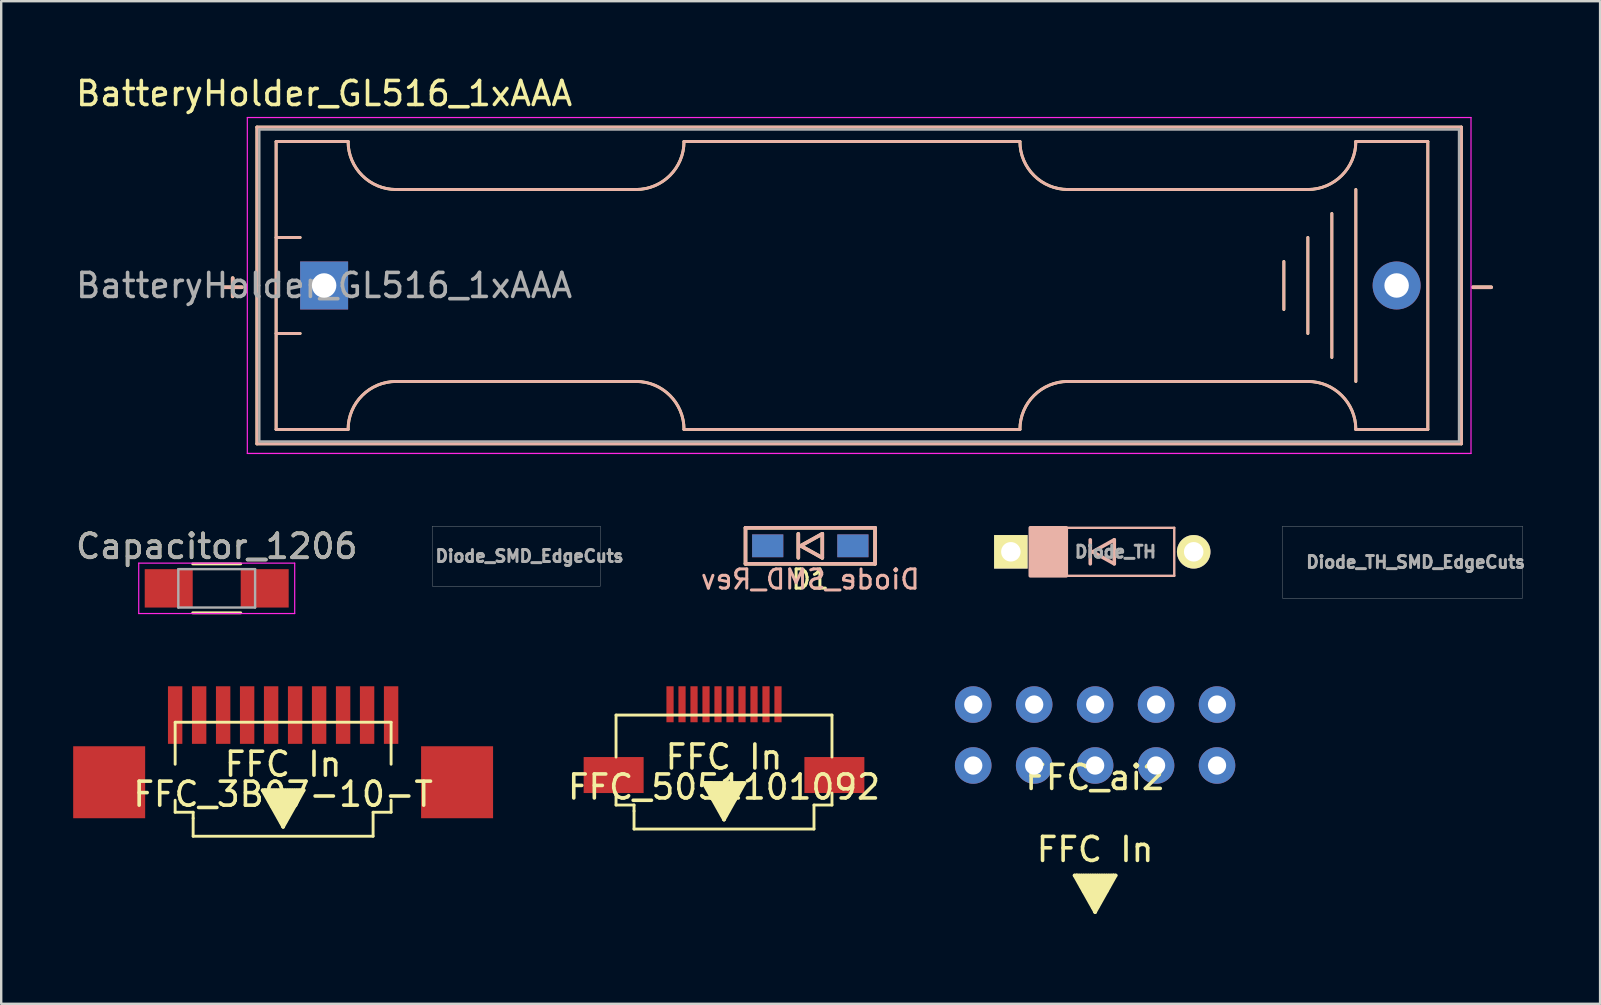
<source format=kicad_pcb>
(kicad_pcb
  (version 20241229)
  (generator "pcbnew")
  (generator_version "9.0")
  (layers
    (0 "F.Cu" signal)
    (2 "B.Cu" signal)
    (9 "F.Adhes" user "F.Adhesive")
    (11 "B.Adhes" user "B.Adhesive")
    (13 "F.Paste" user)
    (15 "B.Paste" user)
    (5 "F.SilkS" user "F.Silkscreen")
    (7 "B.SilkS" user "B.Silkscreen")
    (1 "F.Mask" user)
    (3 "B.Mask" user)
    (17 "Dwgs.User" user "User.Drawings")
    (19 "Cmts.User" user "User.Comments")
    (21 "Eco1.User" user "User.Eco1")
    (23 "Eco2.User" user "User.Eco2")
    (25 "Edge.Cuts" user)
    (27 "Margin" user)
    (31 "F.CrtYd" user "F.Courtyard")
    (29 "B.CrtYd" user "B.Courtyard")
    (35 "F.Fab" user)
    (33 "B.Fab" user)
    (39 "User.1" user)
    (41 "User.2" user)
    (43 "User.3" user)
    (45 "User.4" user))
  (footprint "FFC_5051101092"
    (layer "F.Cu")
    (at 27.125 29.252)
    (property "Reference" "FFC_5051101092" (at 0 0.5 0) (layer "F.SilkS") (effects (font (size 1 1) (thickness 0.15))))
    (attr through_hole)
    (fp_line (start -4.5 -2.5) (end 4.5 -2.5) (stroke (width 0.12) (type solid)) (layer "F.SilkS"))
    (fp_line (start -4.5 -0.75) (end -4.5 -2.5) (stroke (width 0.12) (type solid)) (layer "F.SilkS"))
    (fp_line (start -4.5 1.25) (end -4.5 0.75) (stroke (width 0.12) (type solid)) (layer "F.SilkS"))
    (fp_line (start -3.75 1.25) (end -4.5 1.25) (stroke (width 0.12) (type solid)) (layer "F.SilkS"))
    (fp_line (start -3.75 1.5) (end -3.75 1.25) (stroke (width 0.12) (type solid)) (layer "F.SilkS"))
    (fp_line (start -3.75 2.25) (end -3.75 1.5) (stroke (width 0.12) (type solid)) (layer "F.SilkS"))
    (fp_line (start 3.75 1.25) (end 3.75 2.25) (stroke (width 0.12) (type solid)) (layer "F.SilkS"))
    (fp_line (start 3.75 2.25) (end -3.75 2.25) (stroke (width 0.12) (type solid)) (layer "F.SilkS"))
    (fp_line (start 4.5 -2.5) (end 4.5 -0.75) (stroke (width 0.12) (type solid)) (layer "F.SilkS"))
    (fp_line (start 4.5 0.75) (end 4.5 1.25) (stroke (width 0.12) (type solid)) (layer "F.SilkS"))
    (fp_line (start 4.5 1.25) (end 3.75 1.25) (stroke (width 0.12) (type solid)) (layer "F.SilkS"))
    (fp_text user "▲" (at 0 1.25 180) (unlocked yes) (layer "F.SilkS") (effects (font (size 2 2) (thickness 0.15))))
    (fp_text user "FFC In" (at 0 -0.75 0) (layer "F.SilkS") (effects (font (size 1 1) (thickness 0.15))))
    (pad "" smd rect (at -4.6 0) (size 2.5 1.5) (layers "F.Cu" "F.Mask" "F.Paste"))
    (pad "" smd rect (at 4.6 0) (size 2.5 1.5) (layers "F.Cu" "F.Mask" "F.Paste"))
    (pad "1" smd rect (at -2.25 -2.95) (size 0.3 1.5) (layers "F.Cu" "F.Mask" "F.Paste"))
    (pad "2" smd rect (at -1.75 -2.95) (size 0.3 1.5) (layers "F.Cu" "F.Mask" "F.Paste"))
    (pad "3" smd rect (at -1.25 -2.95) (size 0.3 1.5) (layers "F.Cu" "F.Mask" "F.Paste"))
    (pad "4" smd rect (at -0.75 -2.95) (size 0.3 1.5) (layers "F.Cu" "F.Mask" "F.Paste"))
    (pad "5" smd rect (at -0.25 -2.95) (size 0.3 1.5) (layers "F.Cu" "F.Mask" "F.Paste"))
    (pad "6" smd rect (at 0.25 -2.95) (size 0.3 1.5) (layers "F.Cu" "F.Mask" "F.Paste"))
    (pad "7" smd rect (at 0.75 -2.95) (size 0.3 1.5) (layers "F.Cu" "F.Mask" "F.Paste"))
    (pad "8" smd rect (at 1.25 -2.95) (size 0.3 1.5) (layers "F.Cu" "F.Mask" "F.Paste"))
    (pad "9" smd rect (at 1.75 -2.95) (size 0.3 1.5) (layers "F.Cu" "F.Mask" "F.Paste"))
    (pad "10" smd rect (at 2.25 -2.95) (size 0.3 1.5) (layers "F.Cu" "F.Mask" "F.Paste")))
  (footprint "Diode_TH"
    (layer "F.Cu")
    (at 42.89 19.948)
    (property "Reference" "Diode_TH" (at 0.55 0 0) (layer "F.Fab") (effects (font (size 0.5 0.5) (thickness 0.125))))
    (attr through_hole)
    (fp_line (start -3 -1) (end -3 1) (stroke (width 0.1) (type solid)) (layer "B.SilkS"))
    (fp_line (start -3 -1) (end -3 1) (stroke (width 0.1) (type solid)) (layer "B.SilkS"))
    (fp_line (start -3 1) (end 3 1) (stroke (width 0.1) (type solid)) (layer "B.SilkS"))
    (fp_line (start -0.5 -0.5) (end -0.5 0.5) (stroke (width 0.15) (type solid)) (layer "B.SilkS"))
    (fp_line (start -0.4 0) (end 0.5 -0.5) (stroke (width 0.15) (type solid)) (layer "B.SilkS"))
    (fp_line (start 0.5 -0.5) (end 0.5 0.5) (stroke (width 0.15) (type solid)) (layer "B.SilkS"))
    (fp_line (start 0.5 0.5) (end -0.4 0) (stroke (width 0.15) (type solid)) (layer "B.SilkS"))
    (fp_line (start 3 -1) (end -3 -1) (stroke (width 0.1) (type solid)) (layer "B.SilkS"))
    (fp_line (start 3 1) (end 3 -1) (stroke (width 0.1) (type solid)) (layer "B.SilkS"))
    (fp_poly (pts (xy -3 -1) (xy -3 1) (xy -1.5 1) (xy -1.5 -1)) (stroke (width 0.15) (type solid)) (fill yes) (layer "B.SilkS"))
    (pad "1" thru_hole rect (at -3.81 0) (size 1.397 1.397) (drill 0.813) (layers "*.Cu" "*.Mask" "F.SilkS"))
    (pad "2" thru_hole circle (at 3.81 0) (size 1.397 1.397) (drill 0.813) (layers "*.Cu" "*.Mask" "F.SilkS")))
  (footprint "FFC_ai2"
    (layer "F.Cu")
    (at 42.592 28.854)
    (property "Reference" "FFC_ai2" (at 0 0.5 0) (layer "F.SilkS") (effects (font (size 1 1) (thickness 0.15))))
    (attr through_hole)
    (fp_text user "▲" (at 0 5.5 180) (unlocked yes) (layer "F.SilkS") (effects (font (size 2 2) (thickness 0.15))))
    (fp_text user "FFC In" (at 0 3.5 0) (layer "F.SilkS") (effects (font (size 1 1) (thickness 0.15))))
    (pad "1" thru_hole circle (at 5.08 -2.54 90) (size 1.524 1.524) (drill 0.762) (layers "*.Cu" "*.Mask"))
    (pad "2" thru_hole circle (at 5.08 0 270) (size 1.524 1.524) (drill 0.762) (layers "*.Cu" "*.Mask"))
    (pad "3" thru_hole circle (at 2.54 -2.54 90) (size 1.524 1.524) (drill 0.762) (layers "*.Cu" "*.Mask"))
    (pad "4" thru_hole circle (at 2.54 0 270) (size 1.524 1.524) (drill 0.762) (layers "*.Cu" "*.Mask"))
    (pad "5" thru_hole circle (at 0 -2.54 90) (size 1.524 1.524) (drill 0.762) (layers "*.Cu" "*.Mask"))
    (pad "6" thru_hole circle (at 0 0 270) (size 1.524 1.524) (drill 0.762) (layers "*.Cu" "*.Mask"))
    (pad "7" thru_hole circle (at -2.54 -2.54 90) (size 1.524 1.524) (drill 0.762) (layers "*.Cu" "*.Mask"))
    (pad "8" thru_hole circle (at -2.54 0 270) (size 1.524 1.524) (drill 0.762) (layers "*.Cu" "*.Mask"))
    (pad "9" thru_hole circle (at -5.08 -2.54 90) (size 1.524 1.524) (drill 0.762) (layers "*.Cu" "*.Mask"))
    (pad "10" thru_hole circle (at -5.08 0 270) (size 1.524 1.524) (drill 0.762) (layers "*.Cu" "*.Mask")))
  (footprint "Diode_SMD_Rev"
    (layer "F.Cu")
    (at 30.721 19.698)
    (property "Reference" "Diode_SMD_Rev" (at 0 1.4 0) (layer "B.SilkS") (effects (font (size 0.8 0.8) (thickness 0.125)) (justify mirror)))
    (attr smd)
    (fp_line (start -2.7 -0.75) (end 2.7 -0.75) (stroke (width 0.15) (type solid)) (layer "F.SilkS"))
    (fp_line (start -2.7 0.75) (end -2.7 -0.75) (stroke (width 0.15) (type solid)) (layer "F.SilkS"))
    (fp_line (start -0.5 0.5) (end -0.5 -0.5) (stroke (width 0.15) (type solid)) (layer "F.SilkS"))
    (fp_line (start -0.4 0) (end 0.5 0.5) (stroke (width 0.15) (type solid)) (layer "F.SilkS"))
    (fp_line (start 0.5 -0.5) (end -0.4 0) (stroke (width 0.15) (type solid)) (layer "F.SilkS"))
    (fp_line (start 0.5 0.5) (end 0.5 -0.5) (stroke (width 0.15) (type solid)) (layer "F.SilkS"))
    (fp_line (start 2.7 -0.75) (end 2.7 0.75) (stroke (width 0.15) (type solid)) (layer "F.SilkS"))
    (fp_line (start 2.7 0.75) (end -2.7 0.75) (stroke (width 0.15) (type solid)) (layer "F.SilkS"))
    (fp_line (start -2.7 -0.75) (end -2.7 0.75) (stroke (width 0.15) (type solid)) (layer "B.SilkS"))
    (fp_line (start -2.7 0.75) (end 2.7 0.75) (stroke (width 0.15) (type solid)) (layer "B.SilkS"))
    (fp_line (start -0.5 -0.5) (end -0.5 0.5) (stroke (width 0.15) (type solid)) (layer "B.SilkS"))
    (fp_line (start -0.4 0) (end 0.5 -0.5) (stroke (width 0.15) (type solid)) (layer "B.SilkS"))
    (fp_line (start 0.5 -0.5) (end 0.5 0.5) (stroke (width 0.15) (type solid)) (layer "B.SilkS"))
    (fp_line (start 0.5 0.5) (end -0.4 0) (stroke (width 0.15) (type solid)) (layer "B.SilkS"))
    (fp_line (start 2.7 -0.75) (end -2.7 -0.75) (stroke (width 0.15) (type solid)) (layer "B.SilkS"))
    (fp_line (start 2.7 0.75) (end 2.7 -0.75) (stroke (width 0.15) (type solid)) (layer "B.SilkS"))
    (fp_text user "D1" (at 0 1.4 0) (layer "F.SilkS") (effects (font (size 0.8 0.8) (thickness 0.125))))
    (pad "1" smd rect (at -1.775 0) (size 1.3 0.95) (layers "F.Cu" "F.Mask" "F.Paste"))
    (pad "1" smd rect (at -1.775 0) (size 1.3 0.95) (layers "B.Cu" "B.Mask" "B.Paste"))
    (pad "2" smd rect (at 1.775 0) (size 1.3 0.95) (layers "F.Cu" "F.Mask" "F.Paste"))
    (pad "2" smd rect (at 1.775 0) (size 1.3 0.95) (layers "B.Cu" "B.Mask" "B.Paste")))
  (footprint "Capacitor_1206"
    (layer "F.Cu")
    (at 5.982 21.471)
    (property "Reference" "Capacitor_1206" (at 0 -1.75 0) (layer "F.SilkS") (effects (font (size 1 1) (thickness 0.15))))
    (attr smd)
    (fp_line (start -1 1.02) (end 1 1.02) (stroke (width 0.12) (type solid)) (layer "F.SilkS"))
    (fp_line (start 1 -1.02) (end -1 -1.02) (stroke (width 0.12) (type solid)) (layer "F.SilkS"))
    (fp_line (start -3.25 -1.05) (end -3.25 1.05) (stroke (width 0.05) (type solid)) (layer "F.CrtYd"))
    (fp_line (start -3.25 -1.05) (end 3.25 -1.05) (stroke (width 0.05) (type solid)) (layer "F.CrtYd"))
    (fp_line (start 3.25 1.05) (end -3.25 1.05) (stroke (width 0.05) (type solid)) (layer "F.CrtYd"))
    (fp_line (start 3.25 1.05) (end 3.25 -1.05) (stroke (width 0.05) (type solid)) (layer "F.CrtYd"))
    (fp_line (start -1.6 -0.8) (end 1.6 -0.8) (stroke (width 0.1) (type solid)) (layer "F.Fab"))
    (fp_line (start -1.6 0.8) (end -1.6 -0.8) (stroke (width 0.1) (type solid)) (layer "F.Fab"))
    (fp_line (start 1.6 -0.8) (end 1.6 0.8) (stroke (width 0.1) (type solid)) (layer "F.Fab"))
    (fp_line (start 1.6 0.8) (end -1.6 0.8) (stroke (width 0.1) (type solid)) (layer "F.Fab"))
    (fp_text user "${REFERENCE}" (at 0 -1.75 0) (layer "F.Fab") (effects (font (size 1 1) (thickness 0.15))))
    (pad "1" smd rect (at -2 0) (size 2 1.6) (layers "F.Cu" "F.Mask" "F.Paste"))
    (pad "2" smd rect (at 2 0) (size 2 1.6) (layers "F.Cu" "F.Mask" "F.Paste")))
  (footprint "FFC_3B07-10-T"
    (layer "F.Cu")
    (at 8.75 29.552)
    (property "Reference" "FFC_3B07-10-T" (at 0 0.5 0) (layer "F.SilkS") (effects (font (size 1 1) (thickness 0.15))))
    (attr through_hole)
    (fp_line (start -4.5 -2.5) (end 4.5 -2.5) (stroke (width 0.12) (type solid)) (layer "F.SilkS"))
    (fp_line (start -4.5 -0.75) (end -4.5 -2.5) (stroke (width 0.12) (type solid)) (layer "F.SilkS"))
    (fp_line (start -4.5 1.25) (end -4.5 0.75) (stroke (width 0.12) (type solid)) (layer "F.SilkS"))
    (fp_line (start -3.75 1.25) (end -4.5 1.25) (stroke (width 0.12) (type solid)) (layer "F.SilkS"))
    (fp_line (start -3.75 1.5) (end -3.75 1.25) (stroke (width 0.12) (type solid)) (layer "F.SilkS"))
    (fp_line (start -3.75 2.25) (end -3.75 1.5) (stroke (width 0.12) (type solid)) (layer "F.SilkS"))
    (fp_line (start 3.75 1.25) (end 3.75 2.25) (stroke (width 0.12) (type solid)) (layer "F.SilkS"))
    (fp_line (start 3.75 2.25) (end -3.75 2.25) (stroke (width 0.12) (type solid)) (layer "F.SilkS"))
    (fp_line (start 4.5 -2.5) (end 4.5 -0.75) (stroke (width 0.12) (type solid)) (layer "F.SilkS"))
    (fp_line (start 4.5 0.75) (end 4.5 1.25) (stroke (width 0.12) (type solid)) (layer "F.SilkS"))
    (fp_line (start 4.5 1.25) (end 3.75 1.25) (stroke (width 0.12) (type solid)) (layer "F.SilkS"))
    (fp_text user "▲" (at 0 1.25 180) (unlocked yes) (layer "F.SilkS") (effects (font (size 2 2) (thickness 0.15))))
    (fp_text user "FFC In" (at 0 -0.75 0) (layer "F.SilkS") (effects (font (size 1 1) (thickness 0.15))))
    (pad "" smd rect (at -7.25 0) (size 3 3) (layers "F.Cu" "F.Mask" "F.Paste"))
    (pad "" smd rect (at 7.25 0) (size 3 3) (layers "F.Cu" "F.Mask" "F.Paste"))
    (pad "1" smd rect (at -4.5 -2.8) (size 0.6 2.4) (layers "F.Cu" "F.Mask" "F.Paste"))
    (pad "2" smd rect (at -3.5 -2.8) (size 0.6 2.4) (layers "F.Cu" "F.Mask" "F.Paste"))
    (pad "3" smd rect (at -2.5 -2.8) (size 0.6 2.4) (layers "F.Cu" "F.Mask" "F.Paste"))
    (pad "4" smd rect (at -1.5 -2.8) (size 0.6 2.4) (layers "F.Cu" "F.Mask" "F.Paste"))
    (pad "5" smd rect (at -0.5 -2.8) (size 0.6 2.4) (layers "F.Cu" "F.Mask" "F.Paste"))
    (pad "6" smd rect (at 0.5 -2.8) (size 0.6 2.4) (layers "F.Cu" "F.Mask" "F.Paste"))
    (pad "7" smd rect (at 1.5 -2.8) (size 0.6 2.4) (layers "F.Cu" "F.Mask" "F.Paste"))
    (pad "8" smd rect (at 2.5 -2.8) (size 0.6 2.4) (layers "F.Cu" "F.Mask" "F.Paste"))
    (pad "9" smd rect (at 3.5 -2.8) (size 0.6 2.4) (layers "F.Cu" "F.Mask" "F.Paste"))
    (pad "10" smd rect (at 4.5 -2.8) (size 0.6 2.4) (layers "F.Cu" "F.Mask" "F.Paste")))
  (footprint "Diode_TH_SMD_EdgeCuts"
    (layer "F.Cu")
    (at 55.403 20.378)
    (property "Reference" "Diode_TH_SMD_EdgeCuts" (at 0.55 0 0) (layer "F.Fab") (effects (font (size 0.5 0.5) (thickness 0.125))))
    (attr through_hole)
    (fp_line (start -5 -1.5) (end -5 1.5) (stroke (width 0.01) (type solid)) (layer "Edge.Cuts"))
    (fp_line (start -5 1.5) (end 5 1.5) (stroke (width 0.01) (type solid)) (layer "Edge.Cuts"))
    (fp_line (start 5 -1.5) (end -5 -1.5) (stroke (width 0.01) (type solid)) (layer "Edge.Cuts"))
    (fp_line (start 5 1.5) (end 5 -1.5) (stroke (width 0.01) (type solid)) (layer "Edge.Cuts")))
  (footprint "BatteryHolder_GL516_1xAAA"
    (layer "F.Cu")
    (at 10.458 8.848)
    (property "Reference" "BatteryHolder_GL516_1xAAA" (at 0 -8 180) (layer "F.SilkS") (effects (font (size 1 1) (thickness 0.15))))
    (attr through_hole)
    (fp_line (start -2.8 -6.6) (end -2.8 6.6) (stroke (width 0.12) (type solid)) (layer "F.SilkS"))
    (fp_line (start -2.8 6.6) (end 47.4 6.6) (stroke (width 0.12) (type solid)) (layer "F.SilkS"))
    (fp_line (start -2 -6) (end -2 6) (stroke (width 0.12) (type solid)) (layer "F.SilkS"))
    (fp_line (start -2 -6) (end 1 -6) (stroke (width 0.12) (type solid)) (layer "F.SilkS"))
    (fp_line (start -2 -2) (end -1 -2) (stroke (width 0.12) (type solid)) (layer "F.SilkS"))
    (fp_line (start -2 6) (end 1 6) (stroke (width 0.12) (type solid)) (layer "F.SilkS"))
    (fp_line (start -1 2) (end -2 2) (stroke (width 0.12) (type solid)) (layer "F.SilkS"))
    (fp_line (start 3 -4) (end 13 -4) (stroke (width 0.12) (type solid)) (layer "F.SilkS"))
    (fp_line (start 3 4) (end 13 4) (stroke (width 0.12) (type solid)) (layer "F.SilkS"))
    (fp_line (start 15 6) (end 29 6) (stroke (width 0.12) (type solid)) (layer "F.SilkS"))
    (fp_line (start 29 -6) (end 15 -6) (stroke (width 0.12) (type solid)) (layer "F.SilkS"))
    (fp_line (start 40 -1) (end 40 1) (stroke (width 0.12) (type solid)) (layer "F.SilkS"))
    (fp_line (start 41 -4) (end 31 -4) (stroke (width 0.12) (type solid)) (layer "F.SilkS"))
    (fp_line (start 41 -2) (end 41 2) (stroke (width 0.12) (type solid)) (layer "F.SilkS"))
    (fp_line (start 41 4) (end 31 4) (stroke (width 0.12) (type solid)) (layer "F.SilkS"))
    (fp_line (start 42 3) (end 42 -3) (stroke (width 0.12) (type solid)) (layer "F.SilkS"))
    (fp_line (start 43 -4) (end 43 4) (stroke (width 0.12) (type solid)) (layer "F.SilkS"))
    (fp_line (start 46 -6) (end 43 -6) (stroke (width 0.12) (type solid)) (layer "F.SilkS"))
    (fp_line (start 46 -6) (end 46 6) (stroke (width 0.12) (type solid)) (layer "F.SilkS"))
    (fp_line (start 46 6) (end 43 6) (stroke (width 0.12) (type solid)) (layer "F.SilkS"))
    (fp_line (start 47.4 -6.6) (end -2.8 -6.6) (stroke (width 0.12) (type solid)) (layer "F.SilkS"))
    (fp_line (start 47.4 6.6) (end 47.4 -6.6) (stroke (width 0.12) (type solid)) (layer "F.SilkS"))
    (fp_arc (start 1 6) (mid 1.585786 4.585786) (end 3 4) (stroke (width 0.12) (type solid)) (layer "F.SilkS"))
    (fp_arc (start 3 -4) (mid 1.585786 -4.585786) (end 1 -6) (stroke (width 0.12) (type solid)) (layer "F.SilkS"))
    (fp_arc (start 13 4) (mid 14.414214 4.585786) (end 15 6) (stroke (width 0.12) (type solid)) (layer "F.SilkS"))
    (fp_arc (start 15 -6) (mid 14.414214 -4.585786) (end 13 -4) (stroke (width 0.12) (type solid)) (layer "F.SilkS"))
    (fp_arc (start 29 6) (mid 29.585786 4.585786) (end 31 4) (stroke (width 0.12) (type solid)) (layer "F.SilkS"))
    (fp_arc (start 31 -4) (mid 29.585786 -4.585786) (end 29 -6) (stroke (width 0.12) (type solid)) (layer "F.SilkS"))
    (fp_arc (start 41 4) (mid 42.414214 4.585786) (end 43 6) (stroke (width 0.12) (type solid)) (layer "F.SilkS"))
    (fp_arc (start 43 -6) (mid 42.414214 -4.585786) (end 41 -4) (stroke (width 0.12) (type solid)) (layer "F.SilkS"))
    (fp_line (start -2.8 -6.6) (end -2.8 6.6) (stroke (width 0.12) (type solid)) (layer "B.SilkS"))
    (fp_line (start -2.8 6.6) (end 47.4 6.6) (stroke (width 0.12) (type solid)) (layer "B.SilkS"))
    (fp_line (start -2 -6) (end -2 6) (stroke (width 0.12) (type solid)) (layer "B.SilkS"))
    (fp_line (start -2 -6) (end 1 -6) (stroke (width 0.12) (type solid)) (layer "B.SilkS"))
    (fp_line (start -2 -2) (end -1 -2) (stroke (width 0.12) (type solid)) (layer "B.SilkS"))
    (fp_line (start -2 6) (end 1 6) (stroke (width 0.12) (type solid)) (layer "B.SilkS"))
    (fp_line (start -1 2) (end -2 2) (stroke (width 0.12) (type solid)) (layer "B.SilkS"))
    (fp_line (start 3 -4) (end 13 -4) (stroke (width 0.12) (type solid)) (layer "B.SilkS"))
    (fp_line (start 3 4) (end 13 4) (stroke (width 0.12) (type solid)) (layer "B.SilkS"))
    (fp_line (start 15 6) (end 29 6) (stroke (width 0.12) (type solid)) (layer "B.SilkS"))
    (fp_line (start 29 -6) (end 15 -6) (stroke (width 0.12) (type solid)) (layer "B.SilkS"))
    (fp_line (start 40 -1) (end 40 1) (stroke (width 0.12) (type solid)) (layer "B.SilkS"))
    (fp_line (start 41 -4) (end 31 -4) (stroke (width 0.12) (type solid)) (layer "B.SilkS"))
    (fp_line (start 41 -2) (end 41 2) (stroke (width 0.12) (type solid)) (layer "B.SilkS"))
    (fp_line (start 41 4) (end 31 4) (stroke (width 0.12) (type solid)) (layer "B.SilkS"))
    (fp_line (start 42 3) (end 42 -3) (stroke (width 0.12) (type solid)) (layer "B.SilkS"))
    (fp_line (start 43 -4) (end 43 4) (stroke (width 0.12) (type solid)) (layer "B.SilkS"))
    (fp_line (start 46 -6) (end 43 -6) (stroke (width 0.12) (type solid)) (layer "B.SilkS"))
    (fp_line (start 46 -6) (end 46 6) (stroke (width 0.12) (type solid)) (layer "B.SilkS"))
    (fp_line (start 46 6) (end 43 6) (stroke (width 0.12) (type solid)) (layer "B.SilkS"))
    (fp_line (start 47.4 -6.6) (end -2.8 -6.6) (stroke (width 0.12) (type solid)) (layer "B.SilkS"))
    (fp_line (start 47.4 6.6) (end 47.4 -6.6) (stroke (width 0.12) (type solid)) (layer "B.SilkS"))
    (fp_arc (start 1 6) (mid 1.585786 4.585786) (end 3 4) (stroke (width 0.12) (type solid)) (layer "B.SilkS"))
    (fp_arc (start 3 -4) (mid 1.585786 -4.585786) (end 1 -6) (stroke (width 0.12) (type solid)) (layer "B.SilkS"))
    (fp_arc (start 13 4) (mid 14.414214 4.585786) (end 15 6) (stroke (width 0.12) (type solid)) (layer "B.SilkS"))
    (fp_arc (start 15 -6) (mid 14.414214 -4.585786) (end 13 -4) (stroke (width 0.12) (type solid)) (layer "B.SilkS"))
    (fp_arc (start 29 6) (mid 29.585786 4.585786) (end 31 4) (stroke (width 0.12) (type solid)) (layer "B.SilkS"))
    (fp_arc (start 31 -4) (mid 29.585786 -4.585786) (end 29 -6) (stroke (width 0.12) (type solid)) (layer "B.SilkS"))
    (fp_arc (start 41 4) (mid 42.414214 4.585786) (end 43 6) (stroke (width 0.12) (type solid)) (layer "B.SilkS"))
    (fp_arc (start 43 -6) (mid 42.414214 -4.585786) (end 41 -4) (stroke (width 0.12) (type solid)) (layer "B.SilkS"))
    (fp_line (start -3.2 -7) (end -3.2 7) (stroke (width 0.05) (type solid)) (layer "F.CrtYd"))
    (fp_line (start -3.2 7) (end 47.8 7) (stroke (width 0.05) (type solid)) (layer "F.CrtYd"))
    (fp_line (start 47.8 -7) (end -3.2 -7) (stroke (width 0.05) (type solid)) (layer "F.CrtYd"))
    (fp_line (start 47.8 7) (end 47.8 -7) (stroke (width 0.05) (type solid)) (layer "F.CrtYd"))
    (fp_line (start -2.7 -6.5) (end 47.3 -6.5) (stroke (width 0.1) (type solid)) (layer "F.Fab"))
    (fp_line (start -2.7 0) (end -2.7 -6.5) (stroke (width 0.1) (type solid)) (layer "F.Fab"))
    (fp_line (start -2.7 6.5) (end -2.7 0) (stroke (width 0.1) (type solid)) (layer "F.Fab"))
    (fp_line (start 47.3 -6.5) (end 47.3 6.5) (stroke (width 0.1) (type solid)) (layer "F.Fab"))
    (fp_line (start 47.3 6.5) (end -2.7 6.5) (stroke (width 0.1) (type solid)) (layer "F.Fab"))
    (fp_text user "-" (at 48.26 0 0) (layer "F.SilkS") (effects (font (size 1 1) (thickness 0.15))))
    (fp_text user "+" (at -3.81 0 0) (layer "F.SilkS") (effects (font (size 1 1) (thickness 0.15))))
    (fp_text user "-" (at 48.26 0 0) (layer "B.SilkS") (effects (font (size 1 1) (thickness 0.15))))
    (fp_text user "+" (at -3.81 0 0) (layer "B.SilkS") (effects (font (size 1 1) (thickness 0.15))))
    (fp_text user "${REFERENCE}" (at 0 0 0) (layer "F.Fab") (effects (font (size 1 1) (thickness 0.15))))
    (pad "1" thru_hole rect (at 0 0) (size 2 2) (drill 1.02) (layers "*.Cu" "*.Mask"))
    (pad "2" thru_hole circle (at 44.7 0) (size 2 2) (drill 1.02) (layers "*.Cu" "*.Mask")))
  (footprint "Diode_SMD_EdgeCuts"
    (layer "F.Cu")
    (at 18.469 20.128)
    (property "Reference" "Diode_SMD_EdgeCuts" (at 0.55 0 0) (layer "F.Fab") (effects (font (size 0.5 0.5) (thickness 0.125))))
    (attr through_hole)
    (fp_line (start -3.5 -1.25) (end -3.5 1.25) (stroke (width 0.01) (type solid)) (layer "Edge.Cuts"))
    (fp_line (start -3.5 1.25) (end 3.5 1.25) (stroke (width 0.01) (type solid)) (layer "Edge.Cuts"))
    (fp_line (start 3.5 -1.25) (end -3.5 -1.25) (stroke (width 0.01) (type solid)) (layer "Edge.Cuts"))
    (fp_line (start 3.5 1.25) (end 3.5 -1.25) (stroke (width 0.01) (type solid)) (layer "Edge.Cuts")))
  (gr_rect
    (start -3 -3)
    (end 63.638 38.787)
    (stroke (width 0.1) (type default))
    (fill no)
    (layer "Edge.Cuts")))
</source>
